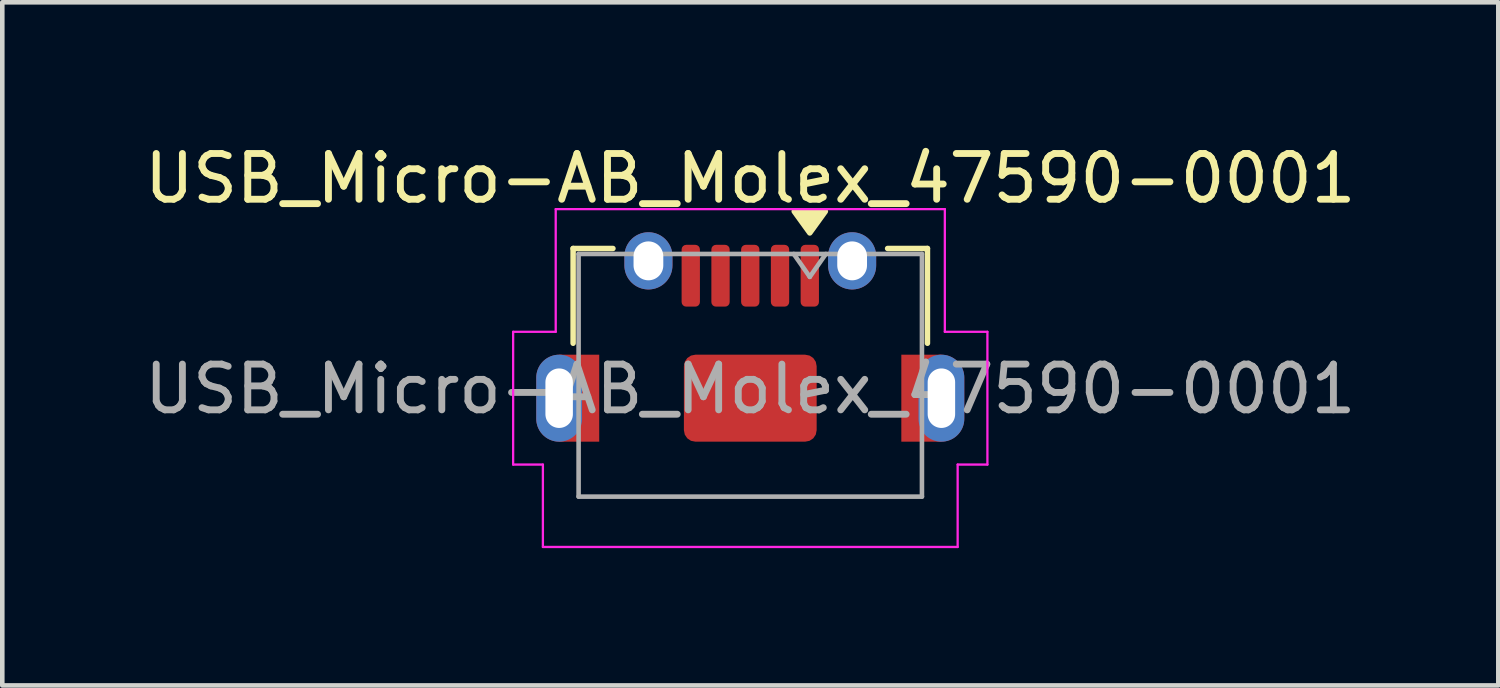
<source format=kicad_pcb>
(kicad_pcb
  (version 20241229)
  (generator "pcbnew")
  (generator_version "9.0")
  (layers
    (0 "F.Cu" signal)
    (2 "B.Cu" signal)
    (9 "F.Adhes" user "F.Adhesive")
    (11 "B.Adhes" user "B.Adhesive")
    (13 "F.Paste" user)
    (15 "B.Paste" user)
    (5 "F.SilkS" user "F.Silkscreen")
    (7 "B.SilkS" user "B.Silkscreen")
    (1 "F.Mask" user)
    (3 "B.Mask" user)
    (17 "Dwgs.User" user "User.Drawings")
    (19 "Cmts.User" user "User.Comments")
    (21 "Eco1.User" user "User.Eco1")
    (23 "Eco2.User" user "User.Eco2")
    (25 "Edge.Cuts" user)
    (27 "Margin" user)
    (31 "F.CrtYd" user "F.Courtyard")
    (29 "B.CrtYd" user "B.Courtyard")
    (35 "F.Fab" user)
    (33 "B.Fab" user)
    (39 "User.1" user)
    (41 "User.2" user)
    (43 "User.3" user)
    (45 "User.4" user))
  (footprint "USB_Micro-AB_Molex_47590-0001"
    (layer "F.Cu")
    (at 13.339 5.998)
    (property "Reference" "USB_Micro-AB_Molex_47590-0001" (at 0 -5.15 180) (layer "F.SilkS") (effects (font (size 1 1) (thickness 0.15))))
    (attr smd)
    (fp_line (start -3.87 -3.62) (end -3.87 -1.55) (stroke (width 0.12) (type solid)) (layer "F.SilkS"))
    (fp_line (start -3.87 -3.62) (end -3 -3.62) (stroke (width 0.12) (type solid)) (layer "F.SilkS"))
    (fp_line (start 3 -3.62) (end 3.87 -3.62) (stroke (width 0.12) (type solid)) (layer "F.SilkS"))
    (fp_line (start 3.87 -3.62) (end 3.87 -1.55) (stroke (width 0.12) (type solid)) (layer "F.SilkS"))
    (fp_poly (pts (xy 1.3 -3.96) (xy 0.96 -4.43) (xy 1.64 -4.43) (xy 1.3 -3.96)) (stroke (width 0.12) (type solid)) (fill yes) (layer "F.SilkS"))
    (fp_line (start -5.18 -1.8) (end -5.18 1.1) (stroke (width 0.05) (type solid)) (layer "F.CrtYd"))
    (fp_line (start -5.18 1.1) (end -4.53 1.1) (stroke (width 0.05) (type default)) (layer "F.CrtYd"))
    (fp_line (start -4.53 1.1) (end -4.53 2.9) (stroke (width 0.05) (type default)) (layer "F.CrtYd"))
    (fp_line (start -4.53 2.9) (end 4.53 2.9) (stroke (width 0.05) (type solid)) (layer "F.CrtYd"))
    (fp_line (start -4.25 -4.48) (end -4.25 -1.8) (stroke (width 0.05) (type default)) (layer "F.CrtYd"))
    (fp_line (start -4.25 -4.48) (end 4.25 -4.48) (stroke (width 0.05) (type solid)) (layer "F.CrtYd"))
    (fp_line (start -4.25 -1.8) (end -5.18 -1.8) (stroke (width 0.05) (type default)) (layer "F.CrtYd"))
    (fp_line (start 4.25 -4.48) (end 4.25 -1.8) (stroke (width 0.05) (type default)) (layer "F.CrtYd"))
    (fp_line (start 4.25 -1.8) (end 5.18 -1.8) (stroke (width 0.05) (type default)) (layer "F.CrtYd"))
    (fp_line (start 4.53 1.1) (end 4.53 2.9) (stroke (width 0.05) (type default)) (layer "F.CrtYd"))
    (fp_line (start 5.18 -1.8) (end 5.18 1.1) (stroke (width 0.05) (type solid)) (layer "F.CrtYd"))
    (fp_line (start 5.18 1.1) (end 4.53 1.1) (stroke (width 0.05) (type default)) (layer "F.CrtYd"))
    (fp_line (start -3.75 -3.5) (end -3.75 1.8) (stroke (width 0.1) (type solid)) (layer "F.Fab"))
    (fp_line (start -3.75 -3.5) (end 3.75 -3.5) (stroke (width 0.1) (type solid)) (layer "F.Fab"))
    (fp_line (start -3.75 1.8) (end 3.75 1.8) (stroke (width 0.1) (type solid)) (layer "F.Fab"))
    (fp_line (start 0.95 -3.5) (end 1.3 -3) (stroke (width 0.1) (type solid)) (layer "F.Fab"))
    (fp_line (start 1.3 -3) (end 1.65 -3.5) (stroke (width 0.1) (type solid)) (layer "F.Fab"))
    (fp_line (start 3.75 -3.5) (end 3.75 1.8) (stroke (width 0.1) (type solid)) (layer "F.Fab"))
    (fp_text user "${REFERENCE}" (at 0 -0.55 0) (layer "F.Fab") (effects (font (size 1 1) (thickness 0.15))))
    (pad "" smd rect (at -3.5 -0.35) (size 0.3 0.85) (layers "F.Paste"))
    (pad "" smd rect (at 3.5 -0.35) (size 0.3 0.85) (layers "F.Paste"))
    (pad "1" smd roundrect (at 1.3 -3.025) (size 0.4 1.35) (layers "F.Cu" "F.Mask" "F.Paste") (roundrect_rratio 0.25))
    (pad "2" smd roundrect (at 0.65 -3.025) (size 0.4 1.35) (layers "F.Cu" "F.Mask" "F.Paste") (roundrect_rratio 0.25))
    (pad "3" smd roundrect (at 0 -3.025) (size 0.4 1.35) (layers "F.Cu" "F.Mask" "F.Paste") (roundrect_rratio 0.25))
    (pad "4" smd roundrect (at -0.65 -3.025) (size 0.4 1.35) (layers "F.Cu" "F.Mask" "F.Paste") (roundrect_rratio 0.25))
    (pad "5" smd roundrect (at -1.3 -3.025) (size 0.4 1.35) (layers "F.Cu" "F.Mask" "F.Paste") (roundrect_rratio 0.25))
    (pad "6" thru_hole oval (at -4.175 -0.35) (size 1 1.9) (drill oval 0.6 1.3) (property pad_prop_heatsink) (layers "*.Cu" "*.Mask"))
    (pad "6" smd rect (at -3.737 -0.35) (size 0.875 1.9) (layers "F.Cu" "F.Mask"))
    (pad "6" thru_hole oval (at -2.225 -3.35) (size 1.05 1.25) (drill oval 0.65 0.85) (property pad_prop_heatsink) (layers "*.Cu" "*.Mask"))
    (pad "6" smd roundrect (at 0 -0.35) (size 2.9 1.9) (layers "F.Cu" "F.Mask" "F.Paste") (roundrect_rratio 0.132))
    (pad "6" thru_hole oval (at 2.225 -3.35) (size 1.05 1.25) (drill oval 0.65 0.85) (property pad_prop_heatsink) (layers "*.Cu" "*.Mask"))
    (pad "6" smd rect (at 3.737 -0.35) (size 0.875 1.9) (layers "F.Cu" "F.Mask"))
    (pad "6" thru_hole oval (at 4.175 -0.35) (size 1 1.9) (drill oval 0.6 1.3) (property pad_prop_heatsink) (layers "*.Cu" "*.Mask")))
  (gr_rect
    (start -3 -3)
    (end 29.679 11.923)
    (stroke (width 0.1) (type default))
    (fill no)
    (layer "Edge.Cuts")))
</source>
